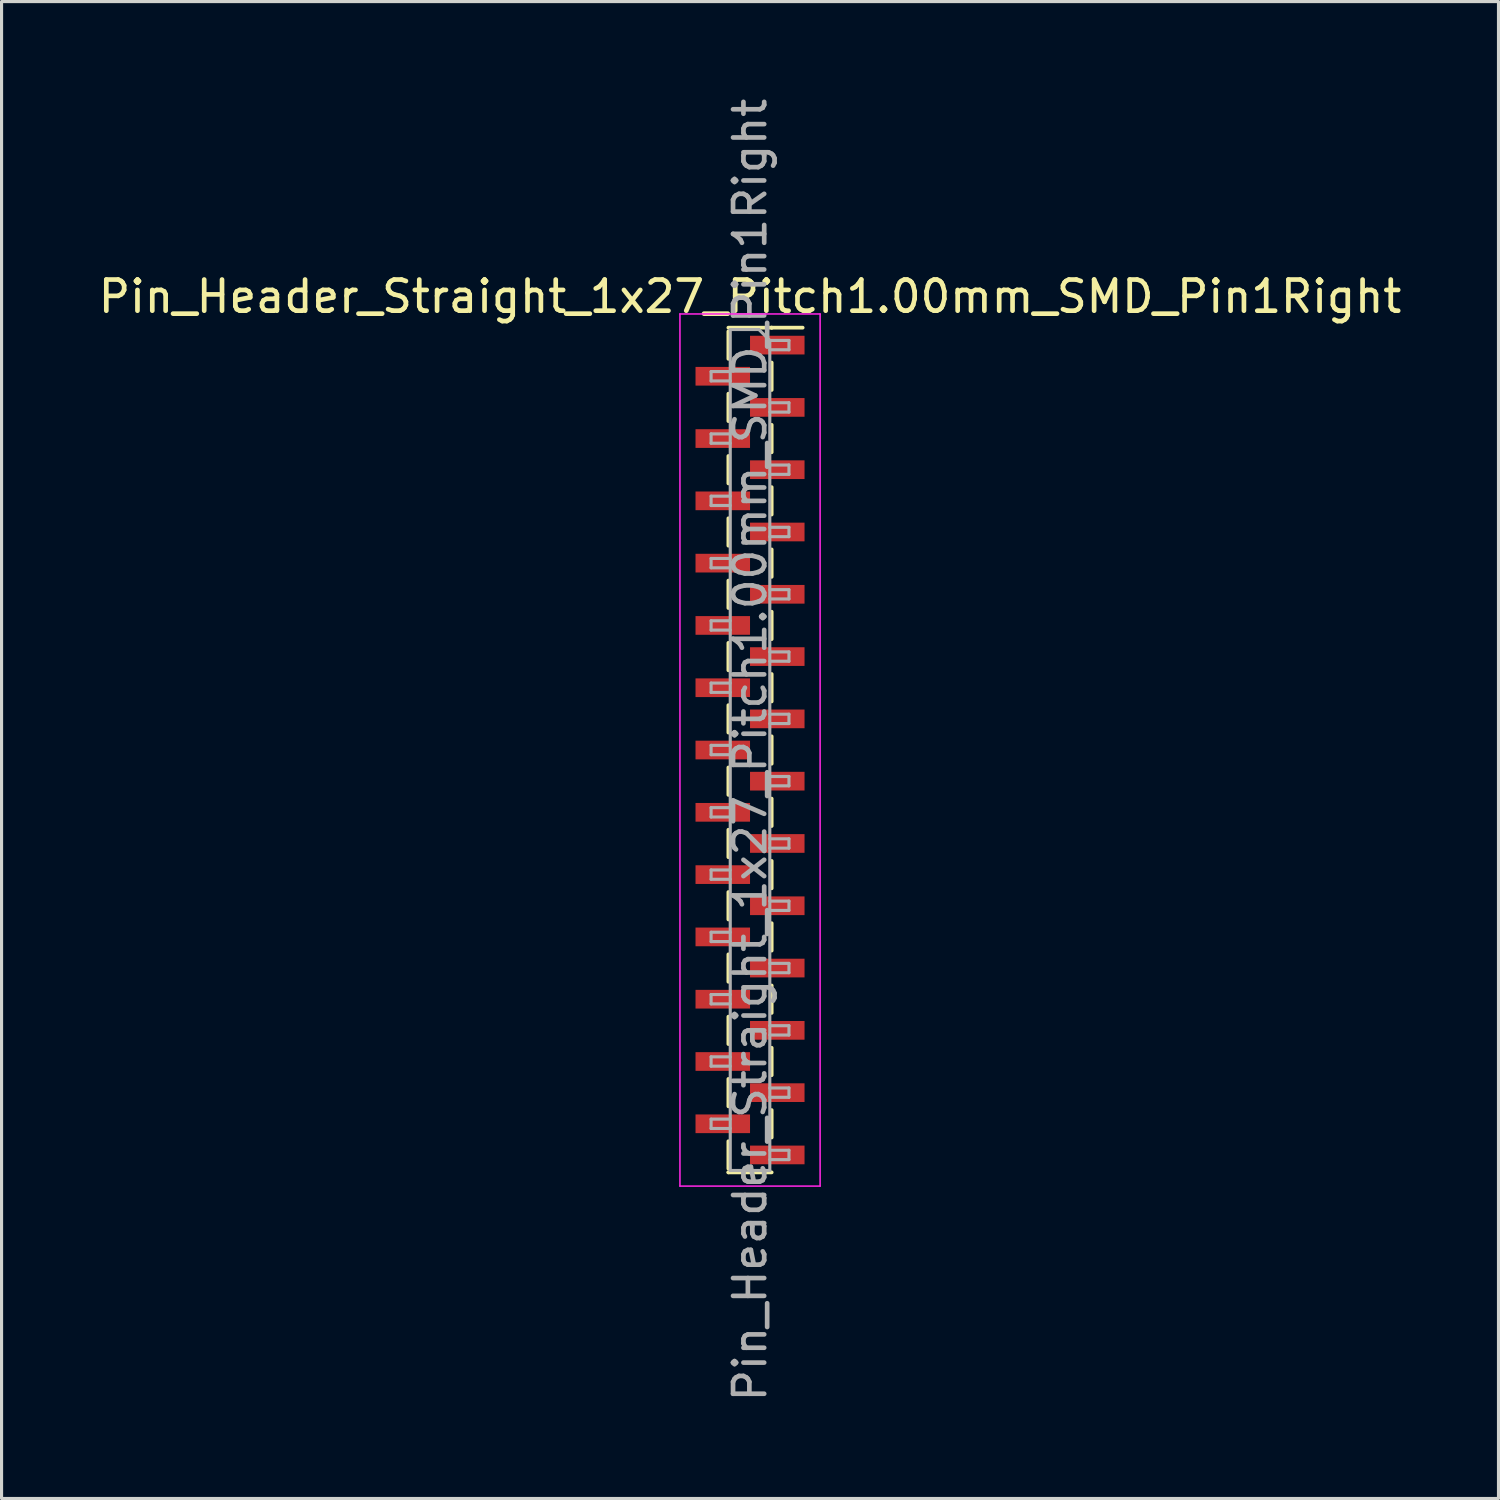
<source format=kicad_pcb>
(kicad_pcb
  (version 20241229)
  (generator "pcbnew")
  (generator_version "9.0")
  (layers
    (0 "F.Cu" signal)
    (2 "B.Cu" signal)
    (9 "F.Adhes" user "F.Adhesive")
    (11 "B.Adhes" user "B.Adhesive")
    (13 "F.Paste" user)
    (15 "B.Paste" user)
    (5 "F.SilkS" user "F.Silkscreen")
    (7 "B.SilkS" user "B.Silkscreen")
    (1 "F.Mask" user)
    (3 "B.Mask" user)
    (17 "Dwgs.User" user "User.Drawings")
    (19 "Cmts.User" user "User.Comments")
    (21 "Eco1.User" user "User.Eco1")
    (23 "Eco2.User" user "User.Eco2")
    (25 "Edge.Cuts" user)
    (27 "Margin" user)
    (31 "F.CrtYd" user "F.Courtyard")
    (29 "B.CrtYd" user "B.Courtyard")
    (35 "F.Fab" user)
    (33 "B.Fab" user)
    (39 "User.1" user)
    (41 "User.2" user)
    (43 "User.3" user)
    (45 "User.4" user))
  (footprint "Pin_Header_Straight_1x27_Pitch1.00mm_SMD_Pin1Right"
    (layer "F.Cu")
    (at 21.03 21.03)
    (property "Reference" "Pin_Header_Straight_1x27_Pitch1.00mm_SMD_Pin1Right" (at 0 -14.56 0) (layer "F.SilkS") (effects (font (size 1 1) (thickness 0.15))))
    (attr smd)
    (fp_line (start -0.695 -13.56) (end 0.695 -13.56) (stroke (width 0.12) (type solid)) (layer "F.SilkS"))
    (fp_line (start -0.695 -13.44) (end -0.695 -12.56) (stroke (width 0.12) (type solid)) (layer "F.SilkS"))
    (fp_line (start -0.695 -11.44) (end -0.695 -10.56) (stroke (width 0.12) (type solid)) (layer "F.SilkS"))
    (fp_line (start -0.695 -9.44) (end -0.695 -8.56) (stroke (width 0.12) (type solid)) (layer "F.SilkS"))
    (fp_line (start -0.695 -7.44) (end -0.695 -6.56) (stroke (width 0.12) (type solid)) (layer "F.SilkS"))
    (fp_line (start -0.695 -5.44) (end -0.695 -4.56) (stroke (width 0.12) (type solid)) (layer "F.SilkS"))
    (fp_line (start -0.695 -3.44) (end -0.695 -2.56) (stroke (width 0.12) (type solid)) (layer "F.SilkS"))
    (fp_line (start -0.695 -1.44) (end -0.695 -0.56) (stroke (width 0.12) (type solid)) (layer "F.SilkS"))
    (fp_line (start -0.695 0.56) (end -0.695 1.44) (stroke (width 0.12) (type solid)) (layer "F.SilkS"))
    (fp_line (start -0.695 2.56) (end -0.695 3.44) (stroke (width 0.12) (type solid)) (layer "F.SilkS"))
    (fp_line (start -0.695 4.56) (end -0.695 5.44) (stroke (width 0.12) (type solid)) (layer "F.SilkS"))
    (fp_line (start -0.695 6.56) (end -0.695 7.44) (stroke (width 0.12) (type solid)) (layer "F.SilkS"))
    (fp_line (start -0.695 8.56) (end -0.695 9.44) (stroke (width 0.12) (type solid)) (layer "F.SilkS"))
    (fp_line (start -0.695 10.56) (end -0.695 11.44) (stroke (width 0.12) (type solid)) (layer "F.SilkS"))
    (fp_line (start -0.695 12.56) (end -0.695 13.44) (stroke (width 0.12) (type solid)) (layer "F.SilkS"))
    (fp_line (start -0.695 13.56) (end -0.695 13.56) (stroke (width 0.12) (type solid)) (layer "F.SilkS"))
    (fp_line (start -0.695 13.56) (end 0.695 13.56) (stroke (width 0.12) (type solid)) (layer "F.SilkS"))
    (fp_line (start 0.695 -13.56) (end 0.695 -13.56) (stroke (width 0.12) (type solid)) (layer "F.SilkS"))
    (fp_line (start 0.695 -13.56) (end 1.69 -13.56) (stroke (width 0.12) (type solid)) (layer "F.SilkS"))
    (fp_line (start 0.695 -12.44) (end 0.695 -11.56) (stroke (width 0.12) (type solid)) (layer "F.SilkS"))
    (fp_line (start 0.695 -10.44) (end 0.695 -9.56) (stroke (width 0.12) (type solid)) (layer "F.SilkS"))
    (fp_line (start 0.695 -8.44) (end 0.695 -7.56) (stroke (width 0.12) (type solid)) (layer "F.SilkS"))
    (fp_line (start 0.695 -6.44) (end 0.695 -5.56) (stroke (width 0.12) (type solid)) (layer "F.SilkS"))
    (fp_line (start 0.695 -4.44) (end 0.695 -3.56) (stroke (width 0.12) (type solid)) (layer "F.SilkS"))
    (fp_line (start 0.695 -2.44) (end 0.695 -1.56) (stroke (width 0.12) (type solid)) (layer "F.SilkS"))
    (fp_line (start 0.695 -0.44) (end 0.695 0.44) (stroke (width 0.12) (type solid)) (layer "F.SilkS"))
    (fp_line (start 0.695 1.56) (end 0.695 2.44) (stroke (width 0.12) (type solid)) (layer "F.SilkS"))
    (fp_line (start 0.695 3.56) (end 0.695 4.44) (stroke (width 0.12) (type solid)) (layer "F.SilkS"))
    (fp_line (start 0.695 5.56) (end 0.695 6.44) (stroke (width 0.12) (type solid)) (layer "F.SilkS"))
    (fp_line (start 0.695 7.56) (end 0.695 8.44) (stroke (width 0.12) (type solid)) (layer "F.SilkS"))
    (fp_line (start 0.695 9.56) (end 0.695 10.44) (stroke (width 0.12) (type solid)) (layer "F.SilkS"))
    (fp_line (start 0.695 11.56) (end 0.695 12.44) (stroke (width 0.12) (type solid)) (layer "F.SilkS"))
    (fp_line (start -2.25 -14) (end -2.25 14) (stroke (width 0.05) (type solid)) (layer "F.CrtYd"))
    (fp_line (start -2.25 14) (end 2.25 14) (stroke (width 0.05) (type solid)) (layer "F.CrtYd"))
    (fp_line (start 2.25 -14) (end -2.25 -14) (stroke (width 0.05) (type solid)) (layer "F.CrtYd"))
    (fp_line (start 2.25 14) (end 2.25 -14) (stroke (width 0.05) (type solid)) (layer "F.CrtYd"))
    (fp_line (start -1.25 -12.15) (end -1.25 -11.85) (stroke (width 0.1) (type solid)) (layer "F.Fab"))
    (fp_line (start -1.25 -11.85) (end -0.635 -11.85) (stroke (width 0.1) (type solid)) (layer "F.Fab"))
    (fp_line (start -1.25 -10.15) (end -1.25 -9.85) (stroke (width 0.1) (type solid)) (layer "F.Fab"))
    (fp_line (start -1.25 -9.85) (end -0.635 -9.85) (stroke (width 0.1) (type solid)) (layer "F.Fab"))
    (fp_line (start -1.25 -8.15) (end -1.25 -7.85) (stroke (width 0.1) (type solid)) (layer "F.Fab"))
    (fp_line (start -1.25 -7.85) (end -0.635 -7.85) (stroke (width 0.1) (type solid)) (layer "F.Fab"))
    (fp_line (start -1.25 -6.15) (end -1.25 -5.85) (stroke (width 0.1) (type solid)) (layer "F.Fab"))
    (fp_line (start -1.25 -5.85) (end -0.635 -5.85) (stroke (width 0.1) (type solid)) (layer "F.Fab"))
    (fp_line (start -1.25 -4.15) (end -1.25 -3.85) (stroke (width 0.1) (type solid)) (layer "F.Fab"))
    (fp_line (start -1.25 -3.85) (end -0.635 -3.85) (stroke (width 0.1) (type solid)) (layer "F.Fab"))
    (fp_line (start -1.25 -2.15) (end -1.25 -1.85) (stroke (width 0.1) (type solid)) (layer "F.Fab"))
    (fp_line (start -1.25 -1.85) (end -0.635 -1.85) (stroke (width 0.1) (type solid)) (layer "F.Fab"))
    (fp_line (start -1.25 -0.15) (end -1.25 0.15) (stroke (width 0.1) (type solid)) (layer "F.Fab"))
    (fp_line (start -1.25 0.15) (end -0.635 0.15) (stroke (width 0.1) (type solid)) (layer "F.Fab"))
    (fp_line (start -1.25 1.85) (end -1.25 2.15) (stroke (width 0.1) (type solid)) (layer "F.Fab"))
    (fp_line (start -1.25 2.15) (end -0.635 2.15) (stroke (width 0.1) (type solid)) (layer "F.Fab"))
    (fp_line (start -1.25 3.85) (end -1.25 4.15) (stroke (width 0.1) (type solid)) (layer "F.Fab"))
    (fp_line (start -1.25 4.15) (end -0.635 4.15) (stroke (width 0.1) (type solid)) (layer "F.Fab"))
    (fp_line (start -1.25 5.85) (end -1.25 6.15) (stroke (width 0.1) (type solid)) (layer "F.Fab"))
    (fp_line (start -1.25 6.15) (end -0.635 6.15) (stroke (width 0.1) (type solid)) (layer "F.Fab"))
    (fp_line (start -1.25 7.85) (end -1.25 8.15) (stroke (width 0.1) (type solid)) (layer "F.Fab"))
    (fp_line (start -1.25 8.15) (end -0.635 8.15) (stroke (width 0.1) (type solid)) (layer "F.Fab"))
    (fp_line (start -1.25 9.85) (end -1.25 10.15) (stroke (width 0.1) (type solid)) (layer "F.Fab"))
    (fp_line (start -1.25 10.15) (end -0.635 10.15) (stroke (width 0.1) (type solid)) (layer "F.Fab"))
    (fp_line (start -1.25 11.85) (end -1.25 12.15) (stroke (width 0.1) (type solid)) (layer "F.Fab"))
    (fp_line (start -1.25 12.15) (end -0.635 12.15) (stroke (width 0.1) (type solid)) (layer "F.Fab"))
    (fp_line (start -0.635 -13.5) (end -0.635 13.5) (stroke (width 0.1) (type solid)) (layer "F.Fab"))
    (fp_line (start -0.635 -13.5) (end 0.285 -13.5) (stroke (width 0.1) (type solid)) (layer "F.Fab"))
    (fp_line (start -0.635 -12.15) (end -1.25 -12.15) (stroke (width 0.1) (type solid)) (layer "F.Fab"))
    (fp_line (start -0.635 -10.15) (end -1.25 -10.15) (stroke (width 0.1) (type solid)) (layer "F.Fab"))
    (fp_line (start -0.635 -8.15) (end -1.25 -8.15) (stroke (width 0.1) (type solid)) (layer "F.Fab"))
    (fp_line (start -0.635 -6.15) (end -1.25 -6.15) (stroke (width 0.1) (type solid)) (layer "F.Fab"))
    (fp_line (start -0.635 -4.15) (end -1.25 -4.15) (stroke (width 0.1) (type solid)) (layer "F.Fab"))
    (fp_line (start -0.635 -2.15) (end -1.25 -2.15) (stroke (width 0.1) (type solid)) (layer "F.Fab"))
    (fp_line (start -0.635 -0.15) (end -1.25 -0.15) (stroke (width 0.1) (type solid)) (layer "F.Fab"))
    (fp_line (start -0.635 1.85) (end -1.25 1.85) (stroke (width 0.1) (type solid)) (layer "F.Fab"))
    (fp_line (start -0.635 3.85) (end -1.25 3.85) (stroke (width 0.1) (type solid)) (layer "F.Fab"))
    (fp_line (start -0.635 5.85) (end -1.25 5.85) (stroke (width 0.1) (type solid)) (layer "F.Fab"))
    (fp_line (start -0.635 7.85) (end -1.25 7.85) (stroke (width 0.1) (type solid)) (layer "F.Fab"))
    (fp_line (start -0.635 9.85) (end -1.25 9.85) (stroke (width 0.1) (type solid)) (layer "F.Fab"))
    (fp_line (start -0.635 11.85) (end -1.25 11.85) (stroke (width 0.1) (type solid)) (layer "F.Fab"))
    (fp_line (start 0.635 -13.15) (end 0.285 -13.5) (stroke (width 0.1) (type solid)) (layer "F.Fab"))
    (fp_line (start 0.635 -13.15) (end 1.25 -13.15) (stroke (width 0.1) (type solid)) (layer "F.Fab"))
    (fp_line (start 0.635 -11.15) (end 1.25 -11.15) (stroke (width 0.1) (type solid)) (layer "F.Fab"))
    (fp_line (start 0.635 -9.15) (end 1.25 -9.15) (stroke (width 0.1) (type solid)) (layer "F.Fab"))
    (fp_line (start 0.635 -7.15) (end 1.25 -7.15) (stroke (width 0.1) (type solid)) (layer "F.Fab"))
    (fp_line (start 0.635 -5.15) (end 1.25 -5.15) (stroke (width 0.1) (type solid)) (layer "F.Fab"))
    (fp_line (start 0.635 -3.15) (end 1.25 -3.15) (stroke (width 0.1) (type solid)) (layer "F.Fab"))
    (fp_line (start 0.635 -1.15) (end 1.25 -1.15) (stroke (width 0.1) (type solid)) (layer "F.Fab"))
    (fp_line (start 0.635 0.85) (end 1.25 0.85) (stroke (width 0.1) (type solid)) (layer "F.Fab"))
    (fp_line (start 0.635 2.85) (end 1.25 2.85) (stroke (width 0.1) (type solid)) (layer "F.Fab"))
    (fp_line (start 0.635 4.85) (end 1.25 4.85) (stroke (width 0.1) (type solid)) (layer "F.Fab"))
    (fp_line (start 0.635 6.85) (end 1.25 6.85) (stroke (width 0.1) (type solid)) (layer "F.Fab"))
    (fp_line (start 0.635 8.85) (end 1.25 8.85) (stroke (width 0.1) (type solid)) (layer "F.Fab"))
    (fp_line (start 0.635 10.85) (end 1.25 10.85) (stroke (width 0.1) (type solid)) (layer "F.Fab"))
    (fp_line (start 0.635 12.85) (end 1.25 12.85) (stroke (width 0.1) (type solid)) (layer "F.Fab"))
    (fp_line (start 0.635 13.5) (end -0.635 13.5) (stroke (width 0.1) (type solid)) (layer "F.Fab"))
    (fp_line (start 0.635 13.5) (end 0.635 -13.15) (stroke (width 0.1) (type solid)) (layer "F.Fab"))
    (fp_line (start 1.25 -13.15) (end 1.25 -12.85) (stroke (width 0.1) (type solid)) (layer "F.Fab"))
    (fp_line (start 1.25 -12.85) (end 0.635 -12.85) (stroke (width 0.1) (type solid)) (layer "F.Fab"))
    (fp_line (start 1.25 -11.15) (end 1.25 -10.85) (stroke (width 0.1) (type solid)) (layer "F.Fab"))
    (fp_line (start 1.25 -10.85) (end 0.635 -10.85) (stroke (width 0.1) (type solid)) (layer "F.Fab"))
    (fp_line (start 1.25 -9.15) (end 1.25 -8.85) (stroke (width 0.1) (type solid)) (layer "F.Fab"))
    (fp_line (start 1.25 -8.85) (end 0.635 -8.85) (stroke (width 0.1) (type solid)) (layer "F.Fab"))
    (fp_line (start 1.25 -7.15) (end 1.25 -6.85) (stroke (width 0.1) (type solid)) (layer "F.Fab"))
    (fp_line (start 1.25 -6.85) (end 0.635 -6.85) (stroke (width 0.1) (type solid)) (layer "F.Fab"))
    (fp_line (start 1.25 -5.15) (end 1.25 -4.85) (stroke (width 0.1) (type solid)) (layer "F.Fab"))
    (fp_line (start 1.25 -4.85) (end 0.635 -4.85) (stroke (width 0.1) (type solid)) (layer "F.Fab"))
    (fp_line (start 1.25 -3.15) (end 1.25 -2.85) (stroke (width 0.1) (type solid)) (layer "F.Fab"))
    (fp_line (start 1.25 -2.85) (end 0.635 -2.85) (stroke (width 0.1) (type solid)) (layer "F.Fab"))
    (fp_line (start 1.25 -1.15) (end 1.25 -0.85) (stroke (width 0.1) (type solid)) (layer "F.Fab"))
    (fp_line (start 1.25 -0.85) (end 0.635 -0.85) (stroke (width 0.1) (type solid)) (layer "F.Fab"))
    (fp_line (start 1.25 0.85) (end 1.25 1.15) (stroke (width 0.1) (type solid)) (layer "F.Fab"))
    (fp_line (start 1.25 1.15) (end 0.635 1.15) (stroke (width 0.1) (type solid)) (layer "F.Fab"))
    (fp_line (start 1.25 2.85) (end 1.25 3.15) (stroke (width 0.1) (type solid)) (layer "F.Fab"))
    (fp_line (start 1.25 3.15) (end 0.635 3.15) (stroke (width 0.1) (type solid)) (layer "F.Fab"))
    (fp_line (start 1.25 4.85) (end 1.25 5.15) (stroke (width 0.1) (type solid)) (layer "F.Fab"))
    (fp_line (start 1.25 5.15) (end 0.635 5.15) (stroke (width 0.1) (type solid)) (layer "F.Fab"))
    (fp_line (start 1.25 6.85) (end 1.25 7.15) (stroke (width 0.1) (type solid)) (layer "F.Fab"))
    (fp_line (start 1.25 7.15) (end 0.635 7.15) (stroke (width 0.1) (type solid)) (layer "F.Fab"))
    (fp_line (start 1.25 8.85) (end 1.25 9.15) (stroke (width 0.1) (type solid)) (layer "F.Fab"))
    (fp_line (start 1.25 9.15) (end 0.635 9.15) (stroke (width 0.1) (type solid)) (layer "F.Fab"))
    (fp_line (start 1.25 10.85) (end 1.25 11.15) (stroke (width 0.1) (type solid)) (layer "F.Fab"))
    (fp_line (start 1.25 11.15) (end 0.635 11.15) (stroke (width 0.1) (type solid)) (layer "F.Fab"))
    (fp_line (start 1.25 12.85) (end 1.25 13.15) (stroke (width 0.1) (type solid)) (layer "F.Fab"))
    (fp_line (start 1.25 13.15) (end 0.635 13.15) (stroke (width 0.1) (type solid)) (layer "F.Fab"))
    (fp_text user "${REFERENCE}" (at 0 0 90) (layer "F.Fab") (effects (font (size 1 1) (thickness 0.15))))
    (pad "1" smd rect (at 0.875 -13) (size 1.75 0.6) (layers "F.Cu" "F.Mask" "F.Paste"))
    (pad "2" smd rect (at -0.875 -12) (size 1.75 0.6) (layers "F.Cu" "F.Mask" "F.Paste"))
    (pad "3" smd rect (at 0.875 -11) (size 1.75 0.6) (layers "F.Cu" "F.Mask" "F.Paste"))
    (pad "4" smd rect (at -0.875 -10) (size 1.75 0.6) (layers "F.Cu" "F.Mask" "F.Paste"))
    (pad "5" smd rect (at 0.875 -9) (size 1.75 0.6) (layers "F.Cu" "F.Mask" "F.Paste"))
    (pad "6" smd rect (at -0.875 -8) (size 1.75 0.6) (layers "F.Cu" "F.Mask" "F.Paste"))
    (pad "7" smd rect (at 0.875 -7) (size 1.75 0.6) (layers "F.Cu" "F.Mask" "F.Paste"))
    (pad "8" smd rect (at -0.875 -6) (size 1.75 0.6) (layers "F.Cu" "F.Mask" "F.Paste"))
    (pad "9" smd rect (at 0.875 -5) (size 1.75 0.6) (layers "F.Cu" "F.Mask" "F.Paste"))
    (pad "10" smd rect (at -0.875 -4) (size 1.75 0.6) (layers "F.Cu" "F.Mask" "F.Paste"))
    (pad "11" smd rect (at 0.875 -3) (size 1.75 0.6) (layers "F.Cu" "F.Mask" "F.Paste"))
    (pad "12" smd rect (at -0.875 -2) (size 1.75 0.6) (layers "F.Cu" "F.Mask" "F.Paste"))
    (pad "13" smd rect (at 0.875 -1) (size 1.75 0.6) (layers "F.Cu" "F.Mask" "F.Paste"))
    (pad "14" smd rect (at -0.875 0) (size 1.75 0.6) (layers "F.Cu" "F.Mask" "F.Paste"))
    (pad "15" smd rect (at 0.875 1) (size 1.75 0.6) (layers "F.Cu" "F.Mask" "F.Paste"))
    (pad "16" smd rect (at -0.875 2) (size 1.75 0.6) (layers "F.Cu" "F.Mask" "F.Paste"))
    (pad "17" smd rect (at 0.875 3) (size 1.75 0.6) (layers "F.Cu" "F.Mask" "F.Paste"))
    (pad "18" smd rect (at -0.875 4) (size 1.75 0.6) (layers "F.Cu" "F.Mask" "F.Paste"))
    (pad "19" smd rect (at 0.875 5) (size 1.75 0.6) (layers "F.Cu" "F.Mask" "F.Paste"))
    (pad "20" smd rect (at -0.875 6) (size 1.75 0.6) (layers "F.Cu" "F.Mask" "F.Paste"))
    (pad "21" smd rect (at 0.875 7) (size 1.75 0.6) (layers "F.Cu" "F.Mask" "F.Paste"))
    (pad "22" smd rect (at -0.875 8) (size 1.75 0.6) (layers "F.Cu" "F.Mask" "F.Paste"))
    (pad "23" smd rect (at 0.875 9) (size 1.75 0.6) (layers "F.Cu" "F.Mask" "F.Paste"))
    (pad "24" smd rect (at -0.875 10) (size 1.75 0.6) (layers "F.Cu" "F.Mask" "F.Paste"))
    (pad "25" smd rect (at 0.875 11) (size 1.75 0.6) (layers "F.Cu" "F.Mask" "F.Paste"))
    (pad "26" smd rect (at -0.875 12) (size 1.75 0.6) (layers "F.Cu" "F.Mask" "F.Paste"))
    (pad "27" smd rect (at 0.875 13) (size 1.75 0.6) (layers "F.Cu" "F.Mask" "F.Paste")))
  (gr_rect
    (start -3 -3)
    (end 45.06 45.06)
    (stroke (width 0.1) (type default))
    (fill no)
    (layer "Edge.Cuts")))
</source>
